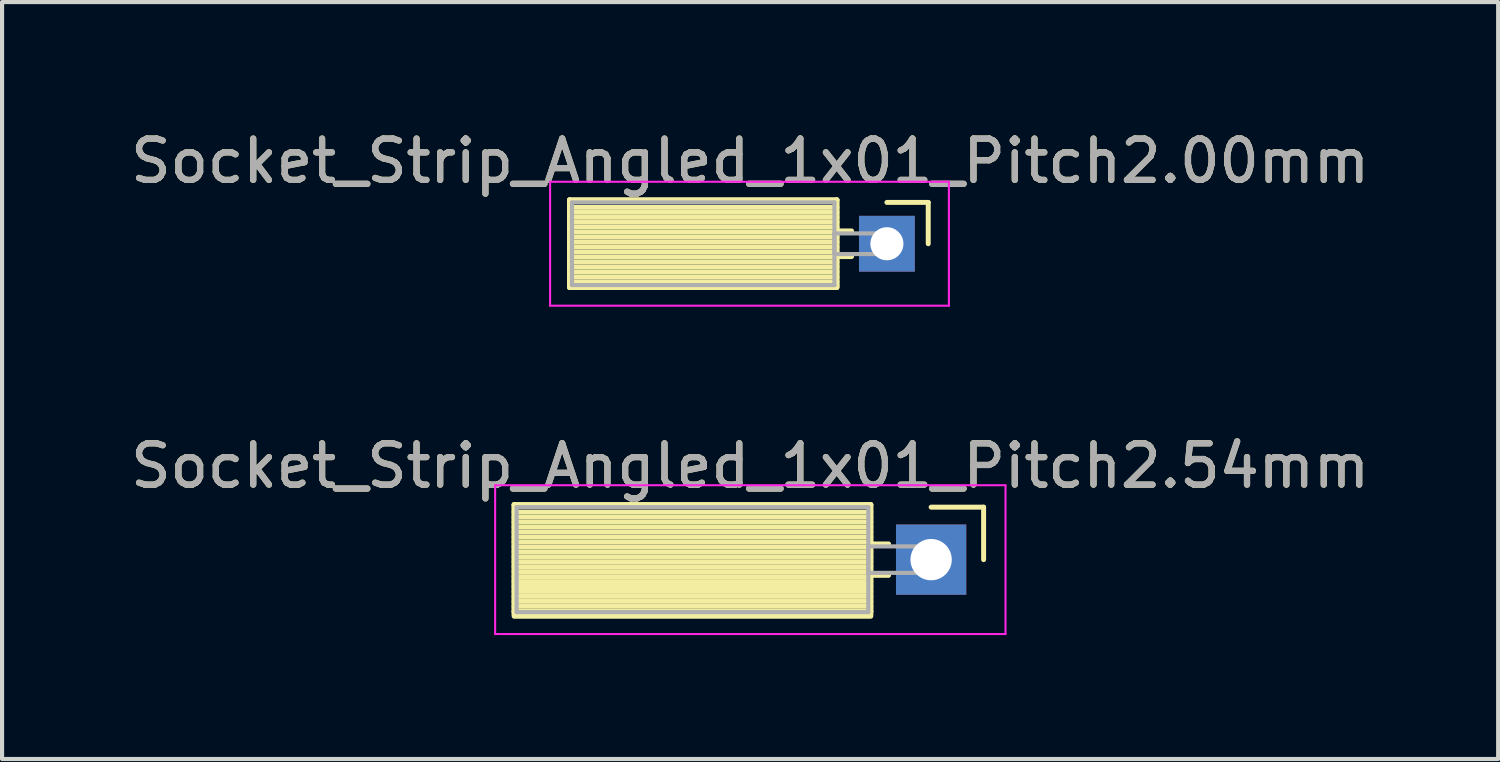
<source format=kicad_pcb>
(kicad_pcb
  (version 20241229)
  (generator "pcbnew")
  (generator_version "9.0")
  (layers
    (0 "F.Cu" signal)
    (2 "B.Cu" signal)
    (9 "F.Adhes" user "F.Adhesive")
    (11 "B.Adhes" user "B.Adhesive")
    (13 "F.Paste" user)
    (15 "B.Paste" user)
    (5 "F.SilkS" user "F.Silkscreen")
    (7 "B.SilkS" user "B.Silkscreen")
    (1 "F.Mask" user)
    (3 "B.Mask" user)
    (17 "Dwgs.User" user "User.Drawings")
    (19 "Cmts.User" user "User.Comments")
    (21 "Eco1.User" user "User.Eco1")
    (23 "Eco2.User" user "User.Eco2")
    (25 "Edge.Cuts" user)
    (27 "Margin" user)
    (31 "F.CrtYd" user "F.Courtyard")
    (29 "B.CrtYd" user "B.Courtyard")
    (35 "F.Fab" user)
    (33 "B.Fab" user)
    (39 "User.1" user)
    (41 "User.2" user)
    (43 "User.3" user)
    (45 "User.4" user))
  (footprint "Socket_Strip_Angled_1x01_Pitch2.54mm"
    (layer "F.Cu")
    (at 19.481 10.492)
    (property "Reference" "Socket_Strip_Angled_1x01_Pitch2.54mm" (at -4.38 -2.27 0) (layer "F.SilkS") (effects (font (size 1 1) (thickness 0.15))))
    (attr through_hole)
    (fp_line (start -10.09 -1.33) (end -1.46 -1.33) (stroke (width 0.12) (type solid)) (layer "F.SilkS"))
    (fp_line (start -10.09 -1.33) (end -1.46 -1.33) (stroke (width 0.12) (type solid)) (layer "F.SilkS"))
    (fp_line (start -10.09 1.27) (end -10.09 -1.33) (stroke (width 0.12) (type solid)) (layer "F.SilkS"))
    (fp_line (start -10.09 1.33) (end -10.09 -1.33) (stroke (width 0.12) (type solid)) (layer "F.SilkS"))
    (fp_line (start -1.46 -1.33) (end -1.46 1.27) (stroke (width 0.12) (type solid)) (layer "F.SilkS"))
    (fp_line (start -1.46 -1.33) (end -1.46 1.33) (stroke (width 0.12) (type solid)) (layer "F.SilkS"))
    (fp_line (start -1.46 -1.15) (end -10.09 -1.15) (stroke (width 0.12) (type solid)) (layer "F.SilkS"))
    (fp_line (start -1.46 -1.03) (end -10.09 -1.03) (stroke (width 0.12) (type solid)) (layer "F.SilkS"))
    (fp_line (start -1.46 -0.91) (end -10.09 -0.91) (stroke (width 0.12) (type solid)) (layer "F.SilkS"))
    (fp_line (start -1.46 -0.79) (end -10.09 -0.79) (stroke (width 0.12) (type solid)) (layer "F.SilkS"))
    (fp_line (start -1.46 -0.67) (end -10.09 -0.67) (stroke (width 0.12) (type solid)) (layer "F.SilkS"))
    (fp_line (start -1.46 -0.55) (end -10.09 -0.55) (stroke (width 0.12) (type solid)) (layer "F.SilkS"))
    (fp_line (start -1.46 -0.43) (end -10.09 -0.43) (stroke (width 0.12) (type solid)) (layer "F.SilkS"))
    (fp_line (start -1.46 -0.31) (end -10.09 -0.31) (stroke (width 0.12) (type solid)) (layer "F.SilkS"))
    (fp_line (start -1.46 -0.19) (end -10.09 -0.19) (stroke (width 0.12) (type solid)) (layer "F.SilkS"))
    (fp_line (start -1.46 -0.07) (end -10.09 -0.07) (stroke (width 0.12) (type solid)) (layer "F.SilkS"))
    (fp_line (start -1.46 0.05) (end -10.09 0.05) (stroke (width 0.12) (type solid)) (layer "F.SilkS"))
    (fp_line (start -1.46 0.17) (end -10.09 0.17) (stroke (width 0.12) (type solid)) (layer "F.SilkS"))
    (fp_line (start -1.46 0.29) (end -10.09 0.29) (stroke (width 0.12) (type solid)) (layer "F.SilkS"))
    (fp_line (start -1.46 0.41) (end -10.09 0.41) (stroke (width 0.12) (type solid)) (layer "F.SilkS"))
    (fp_line (start -1.46 0.53) (end -10.09 0.53) (stroke (width 0.12) (type solid)) (layer "F.SilkS"))
    (fp_line (start -1.46 0.65) (end -10.09 0.65) (stroke (width 0.12) (type solid)) (layer "F.SilkS"))
    (fp_line (start -1.46 0.77) (end -10.09 0.77) (stroke (width 0.12) (type solid)) (layer "F.SilkS"))
    (fp_line (start -1.46 0.89) (end -10.09 0.89) (stroke (width 0.12) (type solid)) (layer "F.SilkS"))
    (fp_line (start -1.46 1.01) (end -10.09 1.01) (stroke (width 0.12) (type solid)) (layer "F.SilkS"))
    (fp_line (start -1.46 1.13) (end -10.09 1.13) (stroke (width 0.12) (type solid)) (layer "F.SilkS"))
    (fp_line (start -1.46 1.25) (end -10.09 1.25) (stroke (width 0.12) (type solid)) (layer "F.SilkS"))
    (fp_line (start -1.46 1.27) (end -10.09 1.27) (stroke (width 0.12) (type solid)) (layer "F.SilkS"))
    (fp_line (start -1.46 1.33) (end -10.09 1.33) (stroke (width 0.12) (type solid)) (layer "F.SilkS"))
    (fp_line (start -1.46 1.37) (end -10.09 1.37) (stroke (width 0.12) (type solid)) (layer "F.SilkS"))
    (fp_line (start -1.03 -0.38) (end -1.46 -0.38) (stroke (width 0.12) (type solid)) (layer "F.SilkS"))
    (fp_line (start -1.03 0.38) (end -1.46 0.38) (stroke (width 0.12) (type solid)) (layer "F.SilkS"))
    (fp_line (start 0 -1.27) (end 1.27 -1.27) (stroke (width 0.12) (type solid)) (layer "F.SilkS"))
    (fp_line (start 1.27 -1.27) (end 1.27 0) (stroke (width 0.12) (type solid)) (layer "F.SilkS"))
    (fp_line (start -10.55 -1.8) (end 1.8 -1.8) (stroke (width 0.05) (type solid)) (layer "F.CrtYd"))
    (fp_line (start -10.55 1.8) (end -10.55 -1.8) (stroke (width 0.05) (type solid)) (layer "F.CrtYd"))
    (fp_line (start 1.8 -1.8) (end 1.8 1.8) (stroke (width 0.05) (type solid)) (layer "F.CrtYd"))
    (fp_line (start 1.8 1.8) (end -10.55 1.8) (stroke (width 0.05) (type solid)) (layer "F.CrtYd"))
    (fp_line (start -10.03 -1.27) (end -1.52 -1.27) (stroke (width 0.1) (type solid)) (layer "F.Fab"))
    (fp_line (start -10.03 1.27) (end -10.03 -1.27) (stroke (width 0.1) (type solid)) (layer "F.Fab"))
    (fp_line (start -1.52 -1.27) (end -1.52 1.27) (stroke (width 0.1) (type solid)) (layer "F.Fab"))
    (fp_line (start -1.52 -0.32) (end 0 -0.32) (stroke (width 0.1) (type solid)) (layer "F.Fab"))
    (fp_line (start -1.52 0.32) (end -1.52 -0.32) (stroke (width 0.1) (type solid)) (layer "F.Fab"))
    (fp_line (start -1.52 1.27) (end -10.03 1.27) (stroke (width 0.1) (type solid)) (layer "F.Fab"))
    (fp_line (start 0 -0.32) (end 0 0.32) (stroke (width 0.1) (type solid)) (layer "F.Fab"))
    (fp_line (start 0 0.32) (end -1.52 0.32) (stroke (width 0.1) (type solid)) (layer "F.Fab"))
    (fp_text user "${REFERENCE}" (at -4.38 -2.27 0) (layer "F.Fab") (effects (font (size 1 1) (thickness 0.15))))
    (pad "1" thru_hole rect (at 0 0) (size 1.7 1.7) (drill 1) (layers "*.Cu" "*.Mask")))
  (footprint "Socket_Strip_Angled_1x01_Pitch2.00mm"
    (layer "F.Cu")
    (at 18.411 2.848)
    (property "Reference" "Socket_Strip_Angled_1x01_Pitch2.00mm" (at -3.31 -2 0) (layer "F.SilkS") (effects (font (size 1 1) (thickness 0.15))))
    (attr through_hole)
    (fp_line (start -7.68 -1.06) (end -1.21 -1.06) (stroke (width 0.12) (type solid)) (layer "F.SilkS"))
    (fp_line (start -7.68 -1.06) (end -1.21 -1.06) (stroke (width 0.12) (type solid)) (layer "F.SilkS"))
    (fp_line (start -7.68 1) (end -7.68 -1.06) (stroke (width 0.12) (type solid)) (layer "F.SilkS"))
    (fp_line (start -7.68 1.06) (end -7.68 -1.06) (stroke (width 0.12) (type solid)) (layer "F.SilkS"))
    (fp_line (start -1.21 -1.06) (end -1.21 1) (stroke (width 0.12) (type solid)) (layer "F.SilkS"))
    (fp_line (start -1.21 -1.06) (end -1.21 1.06) (stroke (width 0.12) (type solid)) (layer "F.SilkS"))
    (fp_line (start -1.21 -0.88) (end -7.68 -0.88) (stroke (width 0.12) (type solid)) (layer "F.SilkS"))
    (fp_line (start -1.21 -0.76) (end -7.68 -0.76) (stroke (width 0.12) (type solid)) (layer "F.SilkS"))
    (fp_line (start -1.21 -0.64) (end -7.68 -0.64) (stroke (width 0.12) (type solid)) (layer "F.SilkS"))
    (fp_line (start -1.21 -0.52) (end -7.68 -0.52) (stroke (width 0.12) (type solid)) (layer "F.SilkS"))
    (fp_line (start -1.21 -0.4) (end -7.68 -0.4) (stroke (width 0.12) (type solid)) (layer "F.SilkS"))
    (fp_line (start -1.21 -0.28) (end -7.68 -0.28) (stroke (width 0.12) (type solid)) (layer "F.SilkS"))
    (fp_line (start -1.21 -0.16) (end -7.68 -0.16) (stroke (width 0.12) (type solid)) (layer "F.SilkS"))
    (fp_line (start -1.21 -0.04) (end -7.68 -0.04) (stroke (width 0.12) (type solid)) (layer "F.SilkS"))
    (fp_line (start -1.21 0.08) (end -7.68 0.08) (stroke (width 0.12) (type solid)) (layer "F.SilkS"))
    (fp_line (start -1.21 0.2) (end -7.68 0.2) (stroke (width 0.12) (type solid)) (layer "F.SilkS"))
    (fp_line (start -1.21 0.32) (end -7.68 0.32) (stroke (width 0.12) (type solid)) (layer "F.SilkS"))
    (fp_line (start -1.21 0.44) (end -7.68 0.44) (stroke (width 0.12) (type solid)) (layer "F.SilkS"))
    (fp_line (start -1.21 0.56) (end -7.68 0.56) (stroke (width 0.12) (type solid)) (layer "F.SilkS"))
    (fp_line (start -1.21 0.68) (end -7.68 0.68) (stroke (width 0.12) (type solid)) (layer "F.SilkS"))
    (fp_line (start -1.21 0.8) (end -7.68 0.8) (stroke (width 0.12) (type solid)) (layer "F.SilkS"))
    (fp_line (start -1.21 0.92) (end -7.68 0.92) (stroke (width 0.12) (type solid)) (layer "F.SilkS"))
    (fp_line (start -1.21 1) (end -7.68 1) (stroke (width 0.12) (type solid)) (layer "F.SilkS"))
    (fp_line (start -1.21 1.04) (end -7.68 1.04) (stroke (width 0.12) (type solid)) (layer "F.SilkS"))
    (fp_line (start -1.21 1.06) (end -7.68 1.06) (stroke (width 0.12) (type solid)) (layer "F.SilkS"))
    (fp_line (start -0.855 -0.31) (end -1.21 -0.31) (stroke (width 0.12) (type solid)) (layer "F.SilkS"))
    (fp_line (start -0.855 0.31) (end -1.21 0.31) (stroke (width 0.12) (type solid)) (layer "F.SilkS"))
    (fp_line (start 0 -1) (end 1 -1) (stroke (width 0.12) (type solid)) (layer "F.SilkS"))
    (fp_line (start 1 -1) (end 1 0) (stroke (width 0.12) (type solid)) (layer "F.SilkS"))
    (fp_line (start -8.15 -1.5) (end 1.5 -1.5) (stroke (width 0.05) (type solid)) (layer "F.CrtYd"))
    (fp_line (start -8.15 1.5) (end -8.15 -1.5) (stroke (width 0.05) (type solid)) (layer "F.CrtYd"))
    (fp_line (start 1.5 -1.5) (end 1.5 1.5) (stroke (width 0.05) (type solid)) (layer "F.CrtYd"))
    (fp_line (start 1.5 1.5) (end -8.15 1.5) (stroke (width 0.05) (type solid)) (layer "F.CrtYd"))
    (fp_line (start -7.62 -1) (end -1.27 -1) (stroke (width 0.1) (type solid)) (layer "F.Fab"))
    (fp_line (start -7.62 1) (end -7.62 -1) (stroke (width 0.1) (type solid)) (layer "F.Fab"))
    (fp_line (start -1.27 -1) (end -1.27 1) (stroke (width 0.1) (type solid)) (layer "F.Fab"))
    (fp_line (start -1.27 -0.25) (end 0 -0.25) (stroke (width 0.1) (type solid)) (layer "F.Fab"))
    (fp_line (start -1.27 0.25) (end -1.27 -0.25) (stroke (width 0.1) (type solid)) (layer "F.Fab"))
    (fp_line (start -1.27 1) (end -7.62 1) (stroke (width 0.1) (type solid)) (layer "F.Fab"))
    (fp_line (start 0 -0.25) (end 0 0.25) (stroke (width 0.1) (type solid)) (layer "F.Fab"))
    (fp_line (start 0 0.25) (end -1.27 0.25) (stroke (width 0.1) (type solid)) (layer "F.Fab"))
    (fp_text user "${REFERENCE}" (at -3.31 -2 0) (layer "F.Fab") (effects (font (size 1 1) (thickness 0.15))))
    (pad "1" thru_hole rect (at 0 0) (size 1.35 1.35) (drill 0.8) (layers "*.Cu" "*.Mask")))
  (gr_rect
    (start -3 -3)
    (end 33.202 15.316)
    (stroke (width 0.1) (type default))
    (fill no)
    (layer "Edge.Cuts")))
</source>
